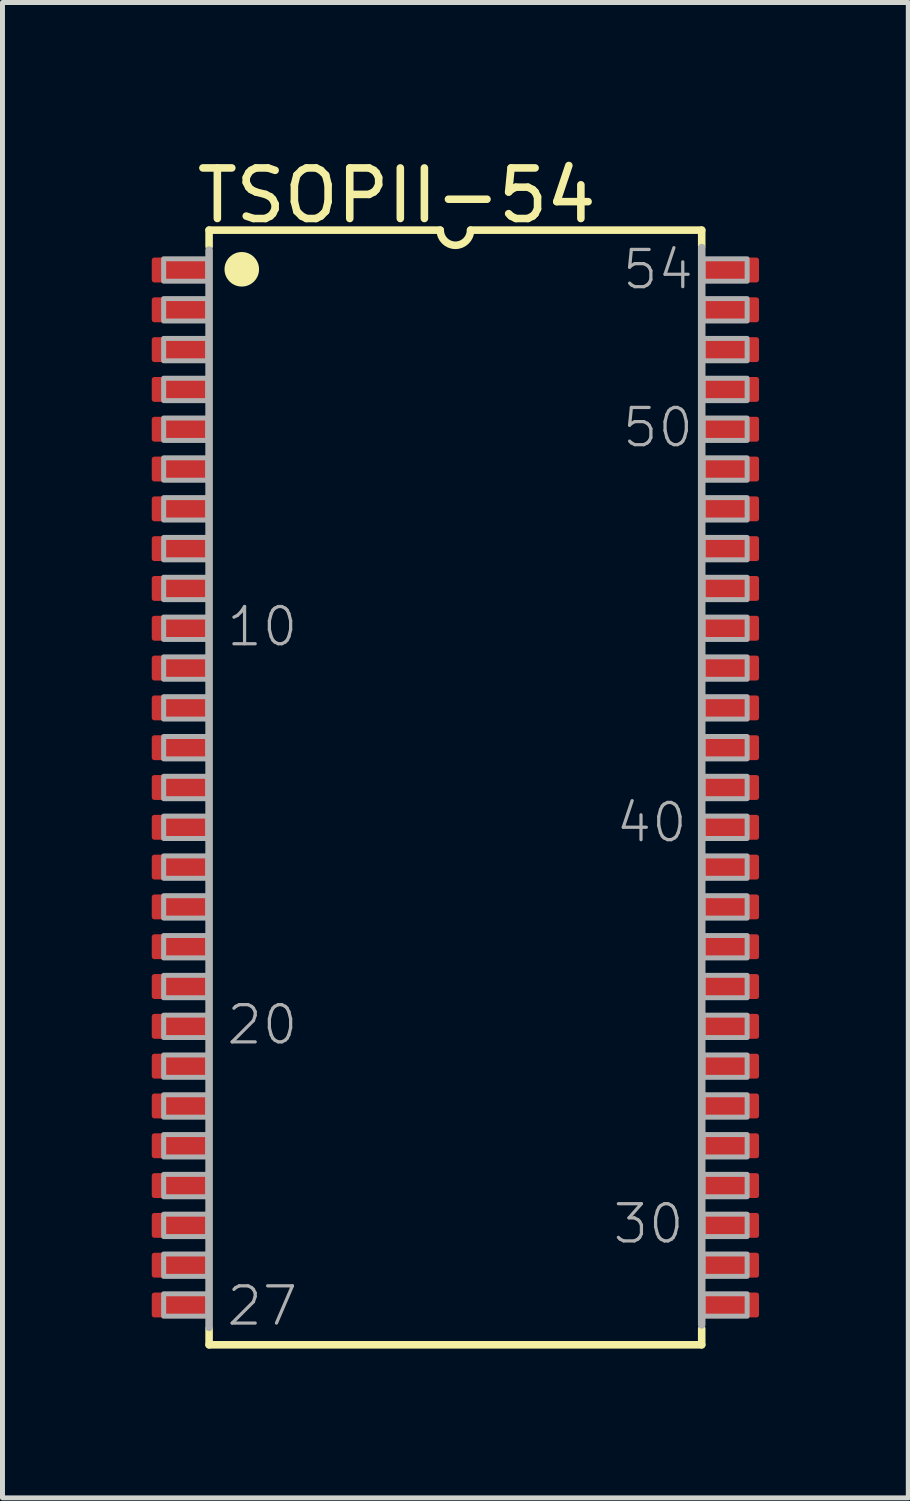
<source format=kicad_pcb>
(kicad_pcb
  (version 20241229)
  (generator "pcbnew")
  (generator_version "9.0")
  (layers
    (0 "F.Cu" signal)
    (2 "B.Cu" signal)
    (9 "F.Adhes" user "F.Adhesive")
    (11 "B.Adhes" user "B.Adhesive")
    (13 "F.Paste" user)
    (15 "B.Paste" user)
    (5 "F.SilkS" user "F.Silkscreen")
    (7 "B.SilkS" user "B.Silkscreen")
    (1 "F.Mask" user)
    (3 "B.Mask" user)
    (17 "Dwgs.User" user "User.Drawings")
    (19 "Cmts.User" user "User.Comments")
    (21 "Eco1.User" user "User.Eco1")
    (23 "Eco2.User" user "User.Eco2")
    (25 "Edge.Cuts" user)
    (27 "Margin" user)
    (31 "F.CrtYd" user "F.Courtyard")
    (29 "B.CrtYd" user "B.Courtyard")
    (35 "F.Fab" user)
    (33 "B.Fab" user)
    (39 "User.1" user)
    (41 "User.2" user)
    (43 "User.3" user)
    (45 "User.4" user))
  (footprint "TSOPII-54"
    (layer "F.Cu")
    (at 6.102 12.776)
    (property "Reference" "TSOPII-54" (at -5.271 -11.303 0) (layer "F.SilkS") (effects (font (size 1.016 1.016) (thickness 0.152)) (justify left bottom)))
    (attr smd)
    (fp_line (start -4.95 -11.201) (end -4.95 -10.875) (stroke (width 0.152) (type solid)) (layer "F.SilkS"))
    (fp_line (start -4.95 11.2) (end -4.95 10.875) (stroke (width 0.152) (type solid)) (layer "F.SilkS"))
    (fp_line (start -4.95 11.2) (end 4.95 11.2) (stroke (width 0.152) (type solid)) (layer "F.SilkS"))
    (fp_line (start -0.305 -11.201) (end -4.95 -11.201) (stroke (width 0.152) (type solid)) (layer "F.SilkS"))
    (fp_line (start 4.95 -11.201) (end 0.305 -11.201) (stroke (width 0.152) (type solid)) (layer "F.SilkS"))
    (fp_line (start 4.95 -11.201) (end 4.95 -10.875) (stroke (width 0.152) (type solid)) (layer "F.SilkS"))
    (fp_line (start 4.95 11.2) (end 4.95 10.875) (stroke (width 0.152) (type solid)) (layer "F.SilkS"))
    (fp_arc (start 0.3048 -11.2014) (mid 0 -10.8966) (end -0.3048 -11.2014) (stroke (width 0.1524) (type solid)) (layer "F.SilkS"))
    (fp_circle (center -4.293 -10.414) (end -3.971 -10.414) (stroke (width 0.05) (type solid)) (fill yes) (layer "F.SilkS"))
    (fp_line (start -4.95 -10.8) (end -4.95 10.85) (stroke (width 0.152) (type solid)) (layer "F.Fab"))
    (fp_line (start 4.95 10.8) (end 4.95 -10.85) (stroke (width 0.152) (type solid)) (layer "F.Fab"))
    (fp_poly (pts (xy -5.863 -10.625) (xy -5.863 -10.175) (xy -4.975 -10.175) (xy -4.975 -10.625)) (stroke (width 0.1) (type default)) (fill no) (layer "F.Fab"))
    (fp_poly (pts (xy -5.863 -9.825) (xy -5.863 -9.375) (xy -4.975 -9.375) (xy -4.975 -9.825)) (stroke (width 0.1) (type default)) (fill no) (layer "F.Fab"))
    (fp_poly (pts (xy -5.863 -9.025) (xy -5.863 -8.575) (xy -4.975 -8.575) (xy -4.975 -9.025)) (stroke (width 0.1) (type default)) (fill no) (layer "F.Fab"))
    (fp_poly (pts (xy -5.863 -8.225) (xy -5.863 -7.775) (xy -4.975 -7.775) (xy -4.975 -8.225)) (stroke (width 0.1) (type default)) (fill no) (layer "F.Fab"))
    (fp_poly (pts (xy -5.863 -7.425) (xy -5.863 -6.975) (xy -4.975 -6.975) (xy -4.975 -7.425)) (stroke (width 0.1) (type default)) (fill no) (layer "F.Fab"))
    (fp_poly (pts (xy -5.863 -6.625) (xy -5.863 -6.175) (xy -4.975 -6.175) (xy -4.975 -6.625)) (stroke (width 0.1) (type default)) (fill no) (layer "F.Fab"))
    (fp_poly (pts (xy -5.863 -5.825) (xy -5.863 -5.375) (xy -4.975 -5.375) (xy -4.975 -5.825)) (stroke (width 0.1) (type default)) (fill no) (layer "F.Fab"))
    (fp_poly (pts (xy -5.863 -5.025) (xy -5.863 -4.575) (xy -4.975 -4.575) (xy -4.975 -5.025)) (stroke (width 0.1) (type default)) (fill no) (layer "F.Fab"))
    (fp_poly (pts (xy -5.863 -4.225) (xy -5.863 -3.775) (xy -4.975 -3.775) (xy -4.975 -4.225)) (stroke (width 0.1) (type default)) (fill no) (layer "F.Fab"))
    (fp_poly (pts (xy -5.863 -3.425) (xy -5.863 -2.975) (xy -4.975 -2.975) (xy -4.975 -3.425)) (stroke (width 0.1) (type default)) (fill no) (layer "F.Fab"))
    (fp_poly (pts (xy -5.863 -2.625) (xy -5.863 -2.175) (xy -4.975 -2.175) (xy -4.975 -2.625)) (stroke (width 0.1) (type default)) (fill no) (layer "F.Fab"))
    (fp_poly (pts (xy -5.863 -1.825) (xy -5.863 -1.375) (xy -4.975 -1.375) (xy -4.975 -1.825)) (stroke (width 0.1) (type default)) (fill no) (layer "F.Fab"))
    (fp_poly (pts (xy -5.863 -1.025) (xy -5.863 -0.575) (xy -4.975 -0.575) (xy -4.975 -1.025)) (stroke (width 0.1) (type default)) (fill no) (layer "F.Fab"))
    (fp_poly (pts (xy -5.863 -0.225) (xy -5.863 0.225) (xy -4.975 0.225) (xy -4.975 -0.225)) (stroke (width 0.1) (type default)) (fill no) (layer "F.Fab"))
    (fp_poly (pts (xy -5.863 0.575) (xy -5.863 1.025) (xy -4.975 1.025) (xy -4.975 0.575)) (stroke (width 0.1) (type default)) (fill no) (layer "F.Fab"))
    (fp_poly (pts (xy -5.863 1.375) (xy -5.863 1.825) (xy -4.975 1.825) (xy -4.975 1.375)) (stroke (width 0.1) (type default)) (fill no) (layer "F.Fab"))
    (fp_poly (pts (xy -5.863 2.175) (xy -5.863 2.625) (xy -4.975 2.625) (xy -4.975 2.175)) (stroke (width 0.1) (type default)) (fill no) (layer "F.Fab"))
    (fp_poly (pts (xy -5.863 2.975) (xy -5.863 3.425) (xy -4.975 3.425) (xy -4.975 2.975)) (stroke (width 0.1) (type default)) (fill no) (layer "F.Fab"))
    (fp_poly (pts (xy -5.863 3.775) (xy -5.863 4.225) (xy -4.975 4.225) (xy -4.975 3.775)) (stroke (width 0.1) (type default)) (fill no) (layer "F.Fab"))
    (fp_poly (pts (xy -5.863 4.575) (xy -5.863 5.025) (xy -4.975 5.025) (xy -4.975 4.575)) (stroke (width 0.1) (type default)) (fill no) (layer "F.Fab"))
    (fp_poly (pts (xy -5.863 5.375) (xy -5.863 5.825) (xy -4.975 5.825) (xy -4.975 5.375)) (stroke (width 0.1) (type default)) (fill no) (layer "F.Fab"))
    (fp_poly (pts (xy -5.863 6.175) (xy -5.863 6.625) (xy -4.975 6.625) (xy -4.975 6.175)) (stroke (width 0.1) (type default)) (fill no) (layer "F.Fab"))
    (fp_poly (pts (xy -5.863 6.975) (xy -5.863 7.425) (xy -4.975 7.425) (xy -4.975 6.975)) (stroke (width 0.1) (type default)) (fill no) (layer "F.Fab"))
    (fp_poly (pts (xy -5.863 7.775) (xy -5.863 8.225) (xy -4.975 8.225) (xy -4.975 7.775)) (stroke (width 0.1) (type default)) (fill no) (layer "F.Fab"))
    (fp_poly (pts (xy -5.863 8.575) (xy -5.863 9.025) (xy -4.975 9.025) (xy -4.975 8.575)) (stroke (width 0.1) (type default)) (fill no) (layer "F.Fab"))
    (fp_poly (pts (xy -5.863 9.375) (xy -5.863 9.825) (xy -4.975 9.825) (xy -4.975 9.375)) (stroke (width 0.1) (type default)) (fill no) (layer "F.Fab"))
    (fp_poly (pts (xy -5.863 10.175) (xy -5.863 10.625) (xy -4.975 10.625) (xy -4.975 10.175)) (stroke (width 0.1) (type default)) (fill no) (layer "F.Fab"))
    (fp_poly (pts (xy 5.863 -10.175) (xy 5.863 -10.625) (xy 4.975 -10.625) (xy 4.975 -10.175)) (stroke (width 0.1) (type default)) (fill no) (layer "F.Fab"))
    (fp_poly (pts (xy 5.863 -9.375) (xy 5.863 -9.825) (xy 4.975 -9.825) (xy 4.975 -9.375)) (stroke (width 0.1) (type default)) (fill no) (layer "F.Fab"))
    (fp_poly (pts (xy 5.863 -8.575) (xy 5.863 -9.025) (xy 4.975 -9.025) (xy 4.975 -8.575)) (stroke (width 0.1) (type default)) (fill no) (layer "F.Fab"))
    (fp_poly (pts (xy 5.863 -7.775) (xy 5.863 -8.225) (xy 4.975 -8.225) (xy 4.975 -7.775)) (stroke (width 0.1) (type default)) (fill no) (layer "F.Fab"))
    (fp_poly (pts (xy 5.863 -6.975) (xy 5.863 -7.425) (xy 4.975 -7.425) (xy 4.975 -6.975)) (stroke (width 0.1) (type default)) (fill no) (layer "F.Fab"))
    (fp_poly (pts (xy 5.863 -6.175) (xy 5.863 -6.625) (xy 4.975 -6.625) (xy 4.975 -6.175)) (stroke (width 0.1) (type default)) (fill no) (layer "F.Fab"))
    (fp_poly (pts (xy 5.863 -5.375) (xy 5.863 -5.825) (xy 4.975 -5.825) (xy 4.975 -5.375)) (stroke (width 0.1) (type default)) (fill no) (layer "F.Fab"))
    (fp_poly (pts (xy 5.863 -4.575) (xy 5.863 -5.025) (xy 4.975 -5.025) (xy 4.975 -4.575)) (stroke (width 0.1) (type default)) (fill no) (layer "F.Fab"))
    (fp_poly (pts (xy 5.863 -3.775) (xy 5.863 -4.225) (xy 4.975 -4.225) (xy 4.975 -3.775)) (stroke (width 0.1) (type default)) (fill no) (layer "F.Fab"))
    (fp_poly (pts (xy 5.863 -2.975) (xy 5.863 -3.425) (xy 4.975 -3.425) (xy 4.975 -2.975)) (stroke (width 0.1) (type default)) (fill no) (layer "F.Fab"))
    (fp_poly (pts (xy 5.863 -2.175) (xy 5.863 -2.625) (xy 4.975 -2.625) (xy 4.975 -2.175)) (stroke (width 0.1) (type default)) (fill no) (layer "F.Fab"))
    (fp_poly (pts (xy 5.863 -1.375) (xy 5.863 -1.825) (xy 4.975 -1.825) (xy 4.975 -1.375)) (stroke (width 0.1) (type default)) (fill no) (layer "F.Fab"))
    (fp_poly (pts (xy 5.863 -0.575) (xy 5.863 -1.025) (xy 4.975 -1.025) (xy 4.975 -0.575)) (stroke (width 0.1) (type default)) (fill no) (layer "F.Fab"))
    (fp_poly (pts (xy 5.863 0.225) (xy 5.863 -0.225) (xy 4.975 -0.225) (xy 4.975 0.225)) (stroke (width 0.1) (type default)) (fill no) (layer "F.Fab"))
    (fp_poly (pts (xy 5.863 1.025) (xy 5.863 0.575) (xy 4.975 0.575) (xy 4.975 1.025)) (stroke (width 0.1) (type default)) (fill no) (layer "F.Fab"))
    (fp_poly (pts (xy 5.863 1.825) (xy 5.863 1.375) (xy 4.975 1.375) (xy 4.975 1.825)) (stroke (width 0.1) (type default)) (fill no) (layer "F.Fab"))
    (fp_poly (pts (xy 5.863 2.625) (xy 5.863 2.175) (xy 4.975 2.175) (xy 4.975 2.625)) (stroke (width 0.1) (type default)) (fill no) (layer "F.Fab"))
    (fp_poly (pts (xy 5.863 3.425) (xy 5.863 2.975) (xy 4.975 2.975) (xy 4.975 3.425)) (stroke (width 0.1) (type default)) (fill no) (layer "F.Fab"))
    (fp_poly (pts (xy 5.863 4.225) (xy 5.863 3.775) (xy 4.975 3.775) (xy 4.975 4.225)) (stroke (width 0.1) (type default)) (fill no) (layer "F.Fab"))
    (fp_poly (pts (xy 5.863 5.025) (xy 5.863 4.575) (xy 4.975 4.575) (xy 4.975 5.025)) (stroke (width 0.1) (type default)) (fill no) (layer "F.Fab"))
    (fp_poly (pts (xy 5.863 5.825) (xy 5.863 5.375) (xy 4.975 5.375) (xy 4.975 5.825)) (stroke (width 0.1) (type default)) (fill no) (layer "F.Fab"))
    (fp_poly (pts (xy 5.863 6.625) (xy 5.863 6.175) (xy 4.975 6.175) (xy 4.975 6.625)) (stroke (width 0.1) (type default)) (fill no) (layer "F.Fab"))
    (fp_poly (pts (xy 5.863 7.425) (xy 5.863 6.975) (xy 4.975 6.975) (xy 4.975 7.425)) (stroke (width 0.1) (type default)) (fill no) (layer "F.Fab"))
    (fp_poly (pts (xy 5.863 8.225) (xy 5.863 7.775) (xy 4.975 7.775) (xy 4.975 8.225)) (stroke (width 0.1) (type default)) (fill no) (layer "F.Fab"))
    (fp_poly (pts (xy 5.863 9.025) (xy 5.863 8.575) (xy 4.975 8.575) (xy 4.975 9.025)) (stroke (width 0.1) (type default)) (fill no) (layer "F.Fab"))
    (fp_poly (pts (xy 5.863 9.825) (xy 5.863 9.375) (xy 4.975 9.375) (xy 4.975 9.825)) (stroke (width 0.1) (type default)) (fill no) (layer "F.Fab"))
    (fp_poly (pts (xy 5.863 10.625) (xy 5.863 10.175) (xy 4.975 10.175) (xy 4.975 10.625)) (stroke (width 0.1) (type default)) (fill no) (layer "F.Fab"))
    (fp_text user "27" (at -4.636 10.858 0) (layer "F.Fab") (effects (font (size 0.748 0.748) (thickness 0.065)) (justify left bottom)))
    (fp_text user "50" (at 4.826 -6.795 0) (layer "F.Fab") (effects (font (size 0.748 0.748) (thickness 0.065)) (justify right bottom)))
    (fp_text user "10" (at -4.636 -2.794 0) (layer "F.Fab") (effects (font (size 0.748 0.748) (thickness 0.065)) (justify left bottom)))
    (fp_text user "30" (at 4.636 9.207 0) (layer "F.Fab") (effects (font (size 0.748 0.748) (thickness 0.065)) (justify right bottom)))
    (fp_text user "20" (at -4.636 5.207 0) (layer "F.Fab") (effects (font (size 0.748 0.748) (thickness 0.065)) (justify left bottom)))
    (fp_text user "40" (at 4.699 1.143 0) (layer "F.Fab") (effects (font (size 0.748 0.748) (thickness 0.065)) (justify right bottom)))
    (fp_text user "54" (at 4.826 -9.97 0) (layer "F.Fab") (effects (font (size 0.748 0.748) (thickness 0.065)) (justify right bottom)))
    (pad "1" smd roundrect (at -5.502 -10.4 270) (size 0.5 1.2) (layers "F.Cu" "F.Mask" "F.Paste") (roundrect_rratio 0.102))
    (pad "2" smd roundrect (at -5.502 -9.6 270) (size 0.5 1.2) (layers "F.Cu" "F.Mask" "F.Paste") (roundrect_rratio 0.102))
    (pad "3" smd roundrect (at -5.502 -8.8 270) (size 0.5 1.2) (layers "F.Cu" "F.Mask" "F.Paste") (roundrect_rratio 0.102))
    (pad "4" smd roundrect (at -5.502 -8 270) (size 0.5 1.2) (layers "F.Cu" "F.Mask" "F.Paste") (roundrect_rratio 0.102))
    (pad "5" smd roundrect (at -5.502 -7.2 270) (size 0.5 1.2) (layers "F.Cu" "F.Mask" "F.Paste") (roundrect_rratio 0.102))
    (pad "6" smd roundrect (at -5.502 -6.4 270) (size 0.5 1.2) (layers "F.Cu" "F.Mask" "F.Paste") (roundrect_rratio 0.102))
    (pad "7" smd roundrect (at -5.502 -5.6 270) (size 0.5 1.2) (layers "F.Cu" "F.Mask" "F.Paste") (roundrect_rratio 0.102))
    (pad "8" smd roundrect (at -5.502 -4.8 270) (size 0.5 1.2) (layers "F.Cu" "F.Mask" "F.Paste") (roundrect_rratio 0.102))
    (pad "9" smd roundrect (at -5.502 -4 270) (size 0.5 1.2) (layers "F.Cu" "F.Mask" "F.Paste") (roundrect_rratio 0.102))
    (pad "10" smd roundrect (at -5.502 -3.2 270) (size 0.5 1.2) (layers "F.Cu" "F.Mask" "F.Paste") (roundrect_rratio 0.102))
    (pad "11" smd roundrect (at -5.502 -2.4 270) (size 0.5 1.2) (layers "F.Cu" "F.Mask" "F.Paste") (roundrect_rratio 0.102))
    (pad "12" smd roundrect (at -5.502 -1.6 270) (size 0.5 1.2) (layers "F.Cu" "F.Mask" "F.Paste") (roundrect_rratio 0.102))
    (pad "13" smd roundrect (at -5.502 -0.8 270) (size 0.5 1.2) (layers "F.Cu" "F.Mask" "F.Paste") (roundrect_rratio 0.102))
    (pad "14" smd roundrect (at -5.502 0 270) (size 0.5 1.2) (layers "F.Cu" "F.Mask" "F.Paste") (roundrect_rratio 0.102))
    (pad "15" smd roundrect (at -5.502 0.8 270) (size 0.5 1.2) (layers "F.Cu" "F.Mask" "F.Paste") (roundrect_rratio 0.102))
    (pad "16" smd roundrect (at -5.502 1.6 270) (size 0.5 1.2) (layers "F.Cu" "F.Mask" "F.Paste") (roundrect_rratio 0.102))
    (pad "17" smd roundrect (at -5.502 2.4 270) (size 0.5 1.2) (layers "F.Cu" "F.Mask" "F.Paste") (roundrect_rratio 0.102))
    (pad "18" smd roundrect (at -5.502 3.2 270) (size 0.5 1.2) (layers "F.Cu" "F.Mask" "F.Paste") (roundrect_rratio 0.102))
    (pad "19" smd roundrect (at -5.502 4 270) (size 0.5 1.2) (layers "F.Cu" "F.Mask" "F.Paste") (roundrect_rratio 0.102))
    (pad "20" smd roundrect (at -5.502 4.8 270) (size 0.5 1.2) (layers "F.Cu" "F.Mask" "F.Paste") (roundrect_rratio 0.102))
    (pad "21" smd roundrect (at -5.502 5.6 270) (size 0.5 1.2) (layers "F.Cu" "F.Mask" "F.Paste") (roundrect_rratio 0.102))
    (pad "22" smd roundrect (at -5.502 6.4 270) (size 0.5 1.2) (layers "F.Cu" "F.Mask" "F.Paste") (roundrect_rratio 0.102))
    (pad "23" smd roundrect (at -5.502 7.2 270) (size 0.5 1.2) (layers "F.Cu" "F.Mask" "F.Paste") (roundrect_rratio 0.102))
    (pad "24" smd roundrect (at -5.502 8 270) (size 0.5 1.2) (layers "F.Cu" "F.Mask" "F.Paste") (roundrect_rratio 0.102))
    (pad "25" smd roundrect (at -5.502 8.8 270) (size 0.5 1.2) (layers "F.Cu" "F.Mask" "F.Paste") (roundrect_rratio 0.102))
    (pad "26" smd roundrect (at -5.502 9.6 270) (size 0.5 1.2) (layers "F.Cu" "F.Mask" "F.Paste") (roundrect_rratio 0.102))
    (pad "27" smd roundrect (at -5.502 10.4 270) (size 0.5 1.2) (layers "F.Cu" "F.Mask" "F.Paste") (roundrect_rratio 0.102))
    (pad "28" smd roundrect (at 5.502 10.4 90) (size 0.5 1.2) (layers "F.Cu" "F.Mask" "F.Paste") (roundrect_rratio 0.102))
    (pad "29" smd roundrect (at 5.502 9.6 90) (size 0.5 1.2) (layers "F.Cu" "F.Mask" "F.Paste") (roundrect_rratio 0.102))
    (pad "30" smd roundrect (at 5.502 8.8 90) (size 0.5 1.2) (layers "F.Cu" "F.Mask" "F.Paste") (roundrect_rratio 0.102))
    (pad "31" smd roundrect (at 5.502 8 90) (size 0.5 1.2) (layers "F.Cu" "F.Mask" "F.Paste") (roundrect_rratio 0.102))
    (pad "32" smd roundrect (at 5.502 7.2 90) (size 0.5 1.2) (layers "F.Cu" "F.Mask" "F.Paste") (roundrect_rratio 0.102))
    (pad "33" smd roundrect (at 5.502 6.4 90) (size 0.5 1.2) (layers "F.Cu" "F.Mask" "F.Paste") (roundrect_rratio 0.102))
    (pad "34" smd roundrect (at 5.502 5.6 90) (size 0.5 1.2) (layers "F.Cu" "F.Mask" "F.Paste") (roundrect_rratio 0.102))
    (pad "35" smd roundrect (at 5.502 4.8 90) (size 0.5 1.2) (layers "F.Cu" "F.Mask" "F.Paste") (roundrect_rratio 0.102))
    (pad "36" smd roundrect (at 5.502 4 90) (size 0.5 1.2) (layers "F.Cu" "F.Mask" "F.Paste") (roundrect_rratio 0.102))
    (pad "37" smd roundrect (at 5.502 3.2 90) (size 0.5 1.2) (layers "F.Cu" "F.Mask" "F.Paste") (roundrect_rratio 0.102))
    (pad "38" smd roundrect (at 5.502 2.4 90) (size 0.5 1.2) (layers "F.Cu" "F.Mask" "F.Paste") (roundrect_rratio 0.102))
    (pad "39" smd roundrect (at 5.502 1.6 90) (size 0.5 1.2) (layers "F.Cu" "F.Mask" "F.Paste") (roundrect_rratio 0.102))
    (pad "40" smd roundrect (at 5.502 0.8 90) (size 0.5 1.2) (layers "F.Cu" "F.Mask" "F.Paste") (roundrect_rratio 0.102))
    (pad "41" smd roundrect (at 5.502 0 90) (size 0.5 1.2) (layers "F.Cu" "F.Mask" "F.Paste") (roundrect_rratio 0.102))
    (pad "42" smd roundrect (at 5.502 -0.8 90) (size 0.5 1.2) (layers "F.Cu" "F.Mask" "F.Paste") (roundrect_rratio 0.102))
    (pad "43" smd roundrect (at 5.502 -1.6 90) (size 0.5 1.2) (layers "F.Cu" "F.Mask" "F.Paste") (roundrect_rratio 0.102))
    (pad "44" smd roundrect (at 5.502 -2.4 90) (size 0.5 1.2) (layers "F.Cu" "F.Mask" "F.Paste") (roundrect_rratio 0.102))
    (pad "45" smd roundrect (at 5.502 -3.2 90) (size 0.5 1.2) (layers "F.Cu" "F.Mask" "F.Paste") (roundrect_rratio 0.102))
    (pad "46" smd roundrect (at 5.502 -4 90) (size 0.5 1.2) (layers "F.Cu" "F.Mask" "F.Paste") (roundrect_rratio 0.102))
    (pad "47" smd roundrect (at 5.502 -4.8 90) (size 0.5 1.2) (layers "F.Cu" "F.Mask" "F.Paste") (roundrect_rratio 0.102))
    (pad "48" smd roundrect (at 5.502 -5.6 90) (size 0.5 1.2) (layers "F.Cu" "F.Mask" "F.Paste") (roundrect_rratio 0.102))
    (pad "49" smd roundrect (at 5.502 -6.4 90) (size 0.5 1.2) (layers "F.Cu" "F.Mask" "F.Paste") (roundrect_rratio 0.102))
    (pad "50" smd roundrect (at 5.502 -7.2 90) (size 0.5 1.2) (layers "F.Cu" "F.Mask" "F.Paste") (roundrect_rratio 0.102))
    (pad "51" smd roundrect (at 5.502 -8 90) (size 0.5 1.2) (layers "F.Cu" "F.Mask" "F.Paste") (roundrect_rratio 0.102))
    (pad "52" smd roundrect (at 5.502 -8.8 90) (size 0.5 1.2) (layers "F.Cu" "F.Mask" "F.Paste") (roundrect_rratio 0.102))
    (pad "53" smd roundrect (at 5.502 -9.6 90) (size 0.5 1.2) (layers "F.Cu" "F.Mask" "F.Paste") (roundrect_rratio 0.102))
    (pad "54" smd roundrect (at 5.502 -10.4 90) (size 0.5 1.2) (layers "F.Cu" "F.Mask" "F.Paste") (roundrect_rratio 0.102)))
  (gr_rect
    (start -3 -3)
    (end 15.204 27.052)
    (stroke (width 0.1) (type default))
    (fill no)
    (layer "Edge.Cuts")))
</source>
